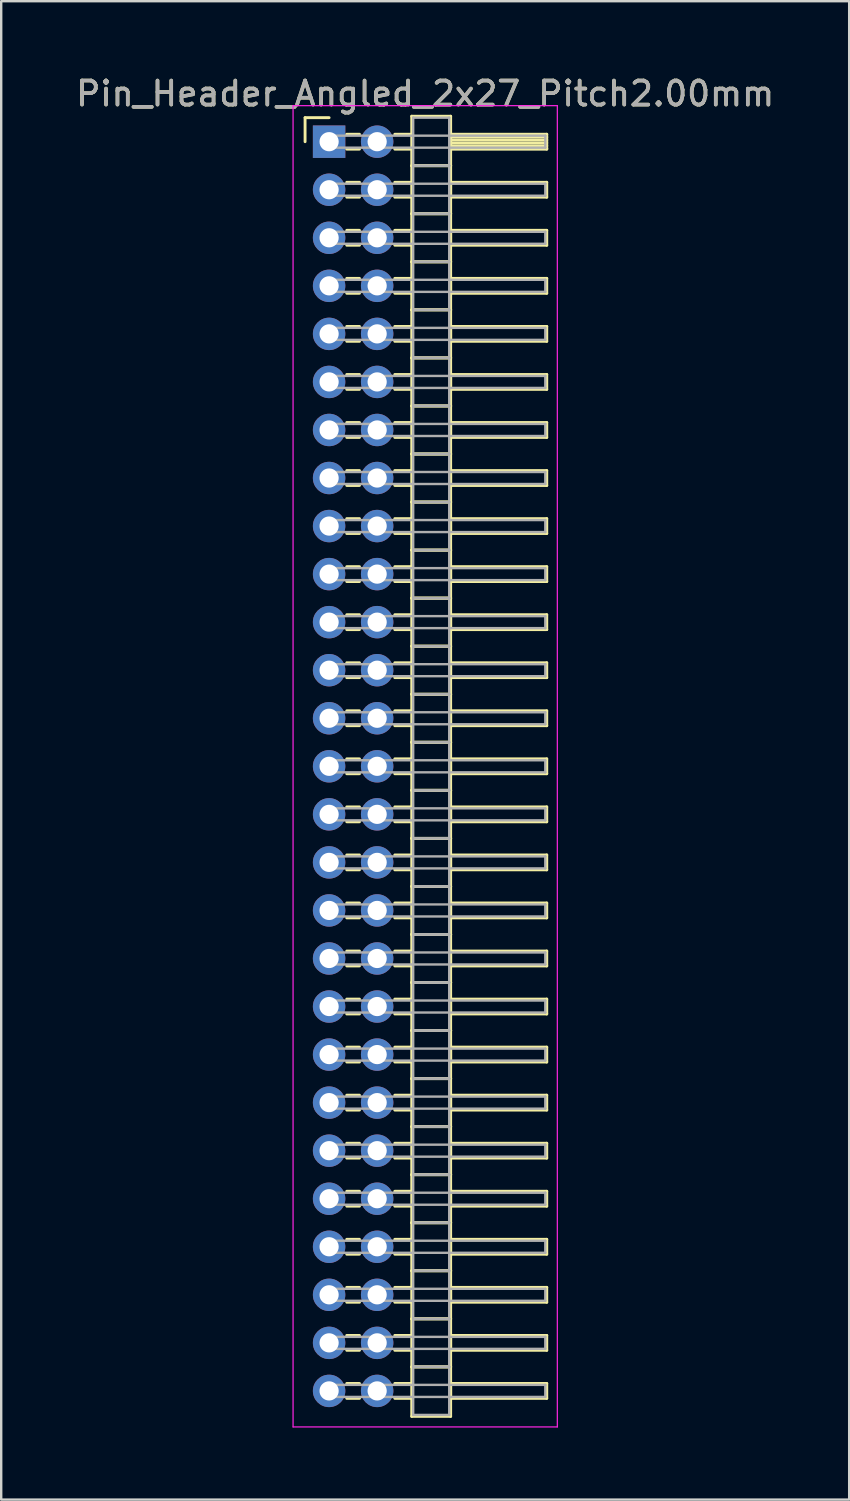
<source format=kicad_pcb>
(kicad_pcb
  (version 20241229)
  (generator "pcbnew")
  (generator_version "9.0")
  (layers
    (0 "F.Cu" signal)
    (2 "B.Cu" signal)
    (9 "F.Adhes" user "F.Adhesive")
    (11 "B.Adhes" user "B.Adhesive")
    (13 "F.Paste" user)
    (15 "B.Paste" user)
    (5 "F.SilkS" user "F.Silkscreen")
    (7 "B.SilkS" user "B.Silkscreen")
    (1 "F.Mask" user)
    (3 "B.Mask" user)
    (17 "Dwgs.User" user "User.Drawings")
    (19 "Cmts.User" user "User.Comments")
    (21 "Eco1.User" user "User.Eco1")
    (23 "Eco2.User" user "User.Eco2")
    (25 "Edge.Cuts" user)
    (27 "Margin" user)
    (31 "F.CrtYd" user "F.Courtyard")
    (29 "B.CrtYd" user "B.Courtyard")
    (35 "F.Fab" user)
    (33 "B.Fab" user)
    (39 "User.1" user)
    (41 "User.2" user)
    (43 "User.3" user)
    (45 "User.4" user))
  (footprint "Pin_Header_Angled_2x27_Pitch2.00mm"
    (layer "F.Cu")
    (at 10.649 2.848)
    (property "Reference" "Pin_Header_Angled_2x27_Pitch2.00mm" (at 4 -2 0) (layer "F.SilkS") (effects (font (size 1 1) (thickness 0.15))))
    (attr through_hole)
    (fp_line (start -1 -1) (end 0 -1) (stroke (width 0.12) (type solid)) (layer "F.SilkS"))
    (fp_line (start -1 0) (end -1 -1) (stroke (width 0.12) (type solid)) (layer "F.SilkS"))
    (fp_line (start 0.735 -0.31) (end 1.265 -0.31) (stroke (width 0.12) (type solid)) (layer "F.SilkS"))
    (fp_line (start 0.735 0.31) (end 1.265 0.31) (stroke (width 0.12) (type solid)) (layer "F.SilkS"))
    (fp_line (start 0.735 1.69) (end 1.265 1.69) (stroke (width 0.12) (type solid)) (layer "F.SilkS"))
    (fp_line (start 0.735 2.31) (end 1.265 2.31) (stroke (width 0.12) (type solid)) (layer "F.SilkS"))
    (fp_line (start 0.735 3.69) (end 1.265 3.69) (stroke (width 0.12) (type solid)) (layer "F.SilkS"))
    (fp_line (start 0.735 4.31) (end 1.265 4.31) (stroke (width 0.12) (type solid)) (layer "F.SilkS"))
    (fp_line (start 0.735 5.69) (end 1.265 5.69) (stroke (width 0.12) (type solid)) (layer "F.SilkS"))
    (fp_line (start 0.735 6.31) (end 1.265 6.31) (stroke (width 0.12) (type solid)) (layer "F.SilkS"))
    (fp_line (start 0.735 7.69) (end 1.265 7.69) (stroke (width 0.12) (type solid)) (layer "F.SilkS"))
    (fp_line (start 0.735 8.31) (end 1.265 8.31) (stroke (width 0.12) (type solid)) (layer "F.SilkS"))
    (fp_line (start 0.735 9.69) (end 1.265 9.69) (stroke (width 0.12) (type solid)) (layer "F.SilkS"))
    (fp_line (start 0.735 10.31) (end 1.265 10.31) (stroke (width 0.12) (type solid)) (layer "F.SilkS"))
    (fp_line (start 0.735 11.69) (end 1.265 11.69) (stroke (width 0.12) (type solid)) (layer "F.SilkS"))
    (fp_line (start 0.735 12.31) (end 1.265 12.31) (stroke (width 0.12) (type solid)) (layer "F.SilkS"))
    (fp_line (start 0.735 13.69) (end 1.265 13.69) (stroke (width 0.12) (type solid)) (layer "F.SilkS"))
    (fp_line (start 0.735 14.31) (end 1.265 14.31) (stroke (width 0.12) (type solid)) (layer "F.SilkS"))
    (fp_line (start 0.735 15.69) (end 1.265 15.69) (stroke (width 0.12) (type solid)) (layer "F.SilkS"))
    (fp_line (start 0.735 16.31) (end 1.265 16.31) (stroke (width 0.12) (type solid)) (layer "F.SilkS"))
    (fp_line (start 0.735 17.69) (end 1.265 17.69) (stroke (width 0.12) (type solid)) (layer "F.SilkS"))
    (fp_line (start 0.735 18.31) (end 1.265 18.31) (stroke (width 0.12) (type solid)) (layer "F.SilkS"))
    (fp_line (start 0.735 19.69) (end 1.265 19.69) (stroke (width 0.12) (type solid)) (layer "F.SilkS"))
    (fp_line (start 0.735 20.31) (end 1.265 20.31) (stroke (width 0.12) (type solid)) (layer "F.SilkS"))
    (fp_line (start 0.735 21.69) (end 1.265 21.69) (stroke (width 0.12) (type solid)) (layer "F.SilkS"))
    (fp_line (start 0.735 22.31) (end 1.265 22.31) (stroke (width 0.12) (type solid)) (layer "F.SilkS"))
    (fp_line (start 0.735 23.69) (end 1.265 23.69) (stroke (width 0.12) (type solid)) (layer "F.SilkS"))
    (fp_line (start 0.735 24.31) (end 1.265 24.31) (stroke (width 0.12) (type solid)) (layer "F.SilkS"))
    (fp_line (start 0.735 25.69) (end 1.265 25.69) (stroke (width 0.12) (type solid)) (layer "F.SilkS"))
    (fp_line (start 0.735 26.31) (end 1.265 26.31) (stroke (width 0.12) (type solid)) (layer "F.SilkS"))
    (fp_line (start 0.735 27.69) (end 1.265 27.69) (stroke (width 0.12) (type solid)) (layer "F.SilkS"))
    (fp_line (start 0.735 28.31) (end 1.265 28.31) (stroke (width 0.12) (type solid)) (layer "F.SilkS"))
    (fp_line (start 0.735 29.69) (end 1.265 29.69) (stroke (width 0.12) (type solid)) (layer "F.SilkS"))
    (fp_line (start 0.735 30.31) (end 1.265 30.31) (stroke (width 0.12) (type solid)) (layer "F.SilkS"))
    (fp_line (start 0.735 31.69) (end 1.265 31.69) (stroke (width 0.12) (type solid)) (layer "F.SilkS"))
    (fp_line (start 0.735 32.31) (end 1.265 32.31) (stroke (width 0.12) (type solid)) (layer "F.SilkS"))
    (fp_line (start 0.735 33.69) (end 1.265 33.69) (stroke (width 0.12) (type solid)) (layer "F.SilkS"))
    (fp_line (start 0.735 34.31) (end 1.265 34.31) (stroke (width 0.12) (type solid)) (layer "F.SilkS"))
    (fp_line (start 0.735 35.69) (end 1.265 35.69) (stroke (width 0.12) (type solid)) (layer "F.SilkS"))
    (fp_line (start 0.735 36.31) (end 1.265 36.31) (stroke (width 0.12) (type solid)) (layer "F.SilkS"))
    (fp_line (start 0.735 37.69) (end 1.265 37.69) (stroke (width 0.12) (type solid)) (layer "F.SilkS"))
    (fp_line (start 0.735 38.31) (end 1.265 38.31) (stroke (width 0.12) (type solid)) (layer "F.SilkS"))
    (fp_line (start 0.735 39.69) (end 1.265 39.69) (stroke (width 0.12) (type solid)) (layer "F.SilkS"))
    (fp_line (start 0.735 40.31) (end 1.265 40.31) (stroke (width 0.12) (type solid)) (layer "F.SilkS"))
    (fp_line (start 0.735 41.69) (end 1.265 41.69) (stroke (width 0.12) (type solid)) (layer "F.SilkS"))
    (fp_line (start 0.735 42.31) (end 1.265 42.31) (stroke (width 0.12) (type solid)) (layer "F.SilkS"))
    (fp_line (start 0.735 43.69) (end 1.265 43.69) (stroke (width 0.12) (type solid)) (layer "F.SilkS"))
    (fp_line (start 0.735 44.31) (end 1.265 44.31) (stroke (width 0.12) (type solid)) (layer "F.SilkS"))
    (fp_line (start 0.735 45.69) (end 1.265 45.69) (stroke (width 0.12) (type solid)) (layer "F.SilkS"))
    (fp_line (start 0.735 46.31) (end 1.265 46.31) (stroke (width 0.12) (type solid)) (layer "F.SilkS"))
    (fp_line (start 0.735 47.69) (end 1.265 47.69) (stroke (width 0.12) (type solid)) (layer "F.SilkS"))
    (fp_line (start 0.735 48.31) (end 1.265 48.31) (stroke (width 0.12) (type solid)) (layer "F.SilkS"))
    (fp_line (start 0.735 49.69) (end 1.265 49.69) (stroke (width 0.12) (type solid)) (layer "F.SilkS"))
    (fp_line (start 0.735 50.31) (end 1.265 50.31) (stroke (width 0.12) (type solid)) (layer "F.SilkS"))
    (fp_line (start 0.735 51.69) (end 1.265 51.69) (stroke (width 0.12) (type solid)) (layer "F.SilkS"))
    (fp_line (start 0.735 52.31) (end 1.265 52.31) (stroke (width 0.12) (type solid)) (layer "F.SilkS"))
    (fp_line (start 2.735 -0.31) (end 3.44 -0.31) (stroke (width 0.12) (type solid)) (layer "F.SilkS"))
    (fp_line (start 2.735 0.31) (end 3.44 0.31) (stroke (width 0.12) (type solid)) (layer "F.SilkS"))
    (fp_line (start 2.735 1.69) (end 3.44 1.69) (stroke (width 0.12) (type solid)) (layer "F.SilkS"))
    (fp_line (start 2.735 2.31) (end 3.44 2.31) (stroke (width 0.12) (type solid)) (layer "F.SilkS"))
    (fp_line (start 2.735 3.69) (end 3.44 3.69) (stroke (width 0.12) (type solid)) (layer "F.SilkS"))
    (fp_line (start 2.735 4.31) (end 3.44 4.31) (stroke (width 0.12) (type solid)) (layer "F.SilkS"))
    (fp_line (start 2.735 5.69) (end 3.44 5.69) (stroke (width 0.12) (type solid)) (layer "F.SilkS"))
    (fp_line (start 2.735 6.31) (end 3.44 6.31) (stroke (width 0.12) (type solid)) (layer "F.SilkS"))
    (fp_line (start 2.735 7.69) (end 3.44 7.69) (stroke (width 0.12) (type solid)) (layer "F.SilkS"))
    (fp_line (start 2.735 8.31) (end 3.44 8.31) (stroke (width 0.12) (type solid)) (layer "F.SilkS"))
    (fp_line (start 2.735 9.69) (end 3.44 9.69) (stroke (width 0.12) (type solid)) (layer "F.SilkS"))
    (fp_line (start 2.735 10.31) (end 3.44 10.31) (stroke (width 0.12) (type solid)) (layer "F.SilkS"))
    (fp_line (start 2.735 11.69) (end 3.44 11.69) (stroke (width 0.12) (type solid)) (layer "F.SilkS"))
    (fp_line (start 2.735 12.31) (end 3.44 12.31) (stroke (width 0.12) (type solid)) (layer "F.SilkS"))
    (fp_line (start 2.735 13.69) (end 3.44 13.69) (stroke (width 0.12) (type solid)) (layer "F.SilkS"))
    (fp_line (start 2.735 14.31) (end 3.44 14.31) (stroke (width 0.12) (type solid)) (layer "F.SilkS"))
    (fp_line (start 2.735 15.69) (end 3.44 15.69) (stroke (width 0.12) (type solid)) (layer "F.SilkS"))
    (fp_line (start 2.735 16.31) (end 3.44 16.31) (stroke (width 0.12) (type solid)) (layer "F.SilkS"))
    (fp_line (start 2.735 17.69) (end 3.44 17.69) (stroke (width 0.12) (type solid)) (layer "F.SilkS"))
    (fp_line (start 2.735 18.31) (end 3.44 18.31) (stroke (width 0.12) (type solid)) (layer "F.SilkS"))
    (fp_line (start 2.735 19.69) (end 3.44 19.69) (stroke (width 0.12) (type solid)) (layer "F.SilkS"))
    (fp_line (start 2.735 20.31) (end 3.44 20.31) (stroke (width 0.12) (type solid)) (layer "F.SilkS"))
    (fp_line (start 2.735 21.69) (end 3.44 21.69) (stroke (width 0.12) (type solid)) (layer "F.SilkS"))
    (fp_line (start 2.735 22.31) (end 3.44 22.31) (stroke (width 0.12) (type solid)) (layer "F.SilkS"))
    (fp_line (start 2.735 23.69) (end 3.44 23.69) (stroke (width 0.12) (type solid)) (layer "F.SilkS"))
    (fp_line (start 2.735 24.31) (end 3.44 24.31) (stroke (width 0.12) (type solid)) (layer "F.SilkS"))
    (fp_line (start 2.735 25.69) (end 3.44 25.69) (stroke (width 0.12) (type solid)) (layer "F.SilkS"))
    (fp_line (start 2.735 26.31) (end 3.44 26.31) (stroke (width 0.12) (type solid)) (layer "F.SilkS"))
    (fp_line (start 2.735 27.69) (end 3.44 27.69) (stroke (width 0.12) (type solid)) (layer "F.SilkS"))
    (fp_line (start 2.735 28.31) (end 3.44 28.31) (stroke (width 0.12) (type solid)) (layer "F.SilkS"))
    (fp_line (start 2.735 29.69) (end 3.44 29.69) (stroke (width 0.12) (type solid)) (layer "F.SilkS"))
    (fp_line (start 2.735 30.31) (end 3.44 30.31) (stroke (width 0.12) (type solid)) (layer "F.SilkS"))
    (fp_line (start 2.735 31.69) (end 3.44 31.69) (stroke (width 0.12) (type solid)) (layer "F.SilkS"))
    (fp_line (start 2.735 32.31) (end 3.44 32.31) (stroke (width 0.12) (type solid)) (layer "F.SilkS"))
    (fp_line (start 2.735 33.69) (end 3.44 33.69) (stroke (width 0.12) (type solid)) (layer "F.SilkS"))
    (fp_line (start 2.735 34.31) (end 3.44 34.31) (stroke (width 0.12) (type solid)) (layer "F.SilkS"))
    (fp_line (start 2.735 35.69) (end 3.44 35.69) (stroke (width 0.12) (type solid)) (layer "F.SilkS"))
    (fp_line (start 2.735 36.31) (end 3.44 36.31) (stroke (width 0.12) (type solid)) (layer "F.SilkS"))
    (fp_line (start 2.735 37.69) (end 3.44 37.69) (stroke (width 0.12) (type solid)) (layer "F.SilkS"))
    (fp_line (start 2.735 38.31) (end 3.44 38.31) (stroke (width 0.12) (type solid)) (layer "F.SilkS"))
    (fp_line (start 2.735 39.69) (end 3.44 39.69) (stroke (width 0.12) (type solid)) (layer "F.SilkS"))
    (fp_line (start 2.735 40.31) (end 3.44 40.31) (stroke (width 0.12) (type solid)) (layer "F.SilkS"))
    (fp_line (start 2.735 41.69) (end 3.44 41.69) (stroke (width 0.12) (type solid)) (layer "F.SilkS"))
    (fp_line (start 2.735 42.31) (end 3.44 42.31) (stroke (width 0.12) (type solid)) (layer "F.SilkS"))
    (fp_line (start 2.735 43.69) (end 3.44 43.69) (stroke (width 0.12) (type solid)) (layer "F.SilkS"))
    (fp_line (start 2.735 44.31) (end 3.44 44.31) (stroke (width 0.12) (type solid)) (layer "F.SilkS"))
    (fp_line (start 2.735 45.69) (end 3.44 45.69) (stroke (width 0.12) (type solid)) (layer "F.SilkS"))
    (fp_line (start 2.735 46.31) (end 3.44 46.31) (stroke (width 0.12) (type solid)) (layer "F.SilkS"))
    (fp_line (start 2.735 47.69) (end 3.44 47.69) (stroke (width 0.12) (type solid)) (layer "F.SilkS"))
    (fp_line (start 2.735 48.31) (end 3.44 48.31) (stroke (width 0.12) (type solid)) (layer "F.SilkS"))
    (fp_line (start 2.735 49.69) (end 3.44 49.69) (stroke (width 0.12) (type solid)) (layer "F.SilkS"))
    (fp_line (start 2.735 50.31) (end 3.44 50.31) (stroke (width 0.12) (type solid)) (layer "F.SilkS"))
    (fp_line (start 2.735 51.69) (end 3.44 51.69) (stroke (width 0.12) (type solid)) (layer "F.SilkS"))
    (fp_line (start 2.735 52.31) (end 3.44 52.31) (stroke (width 0.12) (type solid)) (layer "F.SilkS"))
    (fp_line (start 3.44 -1.06) (end 3.44 1) (stroke (width 0.12) (type solid)) (layer "F.SilkS"))
    (fp_line (start 3.44 1) (end 3.44 3) (stroke (width 0.12) (type solid)) (layer "F.SilkS"))
    (fp_line (start 3.44 1) (end 5.06 1) (stroke (width 0.12) (type solid)) (layer "F.SilkS"))
    (fp_line (start 3.44 3) (end 3.44 5) (stroke (width 0.12) (type solid)) (layer "F.SilkS"))
    (fp_line (start 3.44 3) (end 5.06 3) (stroke (width 0.12) (type solid)) (layer "F.SilkS"))
    (fp_line (start 3.44 5) (end 3.44 7) (stroke (width 0.12) (type solid)) (layer "F.SilkS"))
    (fp_line (start 3.44 5) (end 5.06 5) (stroke (width 0.12) (type solid)) (layer "F.SilkS"))
    (fp_line (start 3.44 7) (end 3.44 9) (stroke (width 0.12) (type solid)) (layer "F.SilkS"))
    (fp_line (start 3.44 7) (end 5.06 7) (stroke (width 0.12) (type solid)) (layer "F.SilkS"))
    (fp_line (start 3.44 9) (end 3.44 11) (stroke (width 0.12) (type solid)) (layer "F.SilkS"))
    (fp_line (start 3.44 9) (end 5.06 9) (stroke (width 0.12) (type solid)) (layer "F.SilkS"))
    (fp_line (start 3.44 11) (end 3.44 13) (stroke (width 0.12) (type solid)) (layer "F.SilkS"))
    (fp_line (start 3.44 11) (end 5.06 11) (stroke (width 0.12) (type solid)) (layer "F.SilkS"))
    (fp_line (start 3.44 13) (end 3.44 15) (stroke (width 0.12) (type solid)) (layer "F.SilkS"))
    (fp_line (start 3.44 13) (end 5.06 13) (stroke (width 0.12) (type solid)) (layer "F.SilkS"))
    (fp_line (start 3.44 15) (end 3.44 17) (stroke (width 0.12) (type solid)) (layer "F.SilkS"))
    (fp_line (start 3.44 15) (end 5.06 15) (stroke (width 0.12) (type solid)) (layer "F.SilkS"))
    (fp_line (start 3.44 17) (end 3.44 19) (stroke (width 0.12) (type solid)) (layer "F.SilkS"))
    (fp_line (start 3.44 17) (end 5.06 17) (stroke (width 0.12) (type solid)) (layer "F.SilkS"))
    (fp_line (start 3.44 19) (end 3.44 21) (stroke (width 0.12) (type solid)) (layer "F.SilkS"))
    (fp_line (start 3.44 19) (end 5.06 19) (stroke (width 0.12) (type solid)) (layer "F.SilkS"))
    (fp_line (start 3.44 21) (end 3.44 23) (stroke (width 0.12) (type solid)) (layer "F.SilkS"))
    (fp_line (start 3.44 21) (end 5.06 21) (stroke (width 0.12) (type solid)) (layer "F.SilkS"))
    (fp_line (start 3.44 23) (end 3.44 25) (stroke (width 0.12) (type solid)) (layer "F.SilkS"))
    (fp_line (start 3.44 23) (end 5.06 23) (stroke (width 0.12) (type solid)) (layer "F.SilkS"))
    (fp_line (start 3.44 25) (end 3.44 27) (stroke (width 0.12) (type solid)) (layer "F.SilkS"))
    (fp_line (start 3.44 25) (end 5.06 25) (stroke (width 0.12) (type solid)) (layer "F.SilkS"))
    (fp_line (start 3.44 27) (end 3.44 29) (stroke (width 0.12) (type solid)) (layer "F.SilkS"))
    (fp_line (start 3.44 27) (end 5.06 27) (stroke (width 0.12) (type solid)) (layer "F.SilkS"))
    (fp_line (start 3.44 29) (end 3.44 31) (stroke (width 0.12) (type solid)) (layer "F.SilkS"))
    (fp_line (start 3.44 29) (end 5.06 29) (stroke (width 0.12) (type solid)) (layer "F.SilkS"))
    (fp_line (start 3.44 31) (end 3.44 33) (stroke (width 0.12) (type solid)) (layer "F.SilkS"))
    (fp_line (start 3.44 31) (end 5.06 31) (stroke (width 0.12) (type solid)) (layer "F.SilkS"))
    (fp_line (start 3.44 33) (end 3.44 35) (stroke (width 0.12) (type solid)) (layer "F.SilkS"))
    (fp_line (start 3.44 33) (end 5.06 33) (stroke (width 0.12) (type solid)) (layer "F.SilkS"))
    (fp_line (start 3.44 35) (end 3.44 37) (stroke (width 0.12) (type solid)) (layer "F.SilkS"))
    (fp_line (start 3.44 35) (end 5.06 35) (stroke (width 0.12) (type solid)) (layer "F.SilkS"))
    (fp_line (start 3.44 37) (end 3.44 39) (stroke (width 0.12) (type solid)) (layer "F.SilkS"))
    (fp_line (start 3.44 37) (end 5.06 37) (stroke (width 0.12) (type solid)) (layer "F.SilkS"))
    (fp_line (start 3.44 39) (end 3.44 41) (stroke (width 0.12) (type solid)) (layer "F.SilkS"))
    (fp_line (start 3.44 39) (end 5.06 39) (stroke (width 0.12) (type solid)) (layer "F.SilkS"))
    (fp_line (start 3.44 41) (end 3.44 43) (stroke (width 0.12) (type solid)) (layer "F.SilkS"))
    (fp_line (start 3.44 41) (end 5.06 41) (stroke (width 0.12) (type solid)) (layer "F.SilkS"))
    (fp_line (start 3.44 43) (end 3.44 45) (stroke (width 0.12) (type solid)) (layer "F.SilkS"))
    (fp_line (start 3.44 43) (end 5.06 43) (stroke (width 0.12) (type solid)) (layer "F.SilkS"))
    (fp_line (start 3.44 45) (end 3.44 47) (stroke (width 0.12) (type solid)) (layer "F.SilkS"))
    (fp_line (start 3.44 45) (end 5.06 45) (stroke (width 0.12) (type solid)) (layer "F.SilkS"))
    (fp_line (start 3.44 47) (end 3.44 49) (stroke (width 0.12) (type solid)) (layer "F.SilkS"))
    (fp_line (start 3.44 47) (end 5.06 47) (stroke (width 0.12) (type solid)) (layer "F.SilkS"))
    (fp_line (start 3.44 49) (end 3.44 51) (stroke (width 0.12) (type solid)) (layer "F.SilkS"))
    (fp_line (start 3.44 49) (end 5.06 49) (stroke (width 0.12) (type solid)) (layer "F.SilkS"))
    (fp_line (start 3.44 51) (end 3.44 53.06) (stroke (width 0.12) (type solid)) (layer "F.SilkS"))
    (fp_line (start 3.44 51) (end 5.06 51) (stroke (width 0.12) (type solid)) (layer "F.SilkS"))
    (fp_line (start 3.44 53.06) (end 5.06 53.06) (stroke (width 0.12) (type solid)) (layer "F.SilkS"))
    (fp_line (start 5.06 -1.06) (end 3.44 -1.06) (stroke (width 0.12) (type solid)) (layer "F.SilkS"))
    (fp_line (start 5.06 -0.31) (end 5.06 0.31) (stroke (width 0.12) (type solid)) (layer "F.SilkS"))
    (fp_line (start 5.06 -0.19) (end 9.06 -0.19) (stroke (width 0.12) (type solid)) (layer "F.SilkS"))
    (fp_line (start 5.06 -0.07) (end 9.06 -0.07) (stroke (width 0.12) (type solid)) (layer "F.SilkS"))
    (fp_line (start 5.06 0.05) (end 9.06 0.05) (stroke (width 0.12) (type solid)) (layer "F.SilkS"))
    (fp_line (start 5.06 0.17) (end 9.06 0.17) (stroke (width 0.12) (type solid)) (layer "F.SilkS"))
    (fp_line (start 5.06 0.29) (end 9.06 0.29) (stroke (width 0.12) (type solid)) (layer "F.SilkS"))
    (fp_line (start 5.06 0.31) (end 9.06 0.31) (stroke (width 0.12) (type solid)) (layer "F.SilkS"))
    (fp_line (start 5.06 1) (end 3.44 1) (stroke (width 0.12) (type solid)) (layer "F.SilkS"))
    (fp_line (start 5.06 1) (end 5.06 -1.06) (stroke (width 0.12) (type solid)) (layer "F.SilkS"))
    (fp_line (start 5.06 1.69) (end 5.06 2.31) (stroke (width 0.12) (type solid)) (layer "F.SilkS"))
    (fp_line (start 5.06 2.31) (end 9.06 2.31) (stroke (width 0.12) (type solid)) (layer "F.SilkS"))
    (fp_line (start 5.06 3) (end 3.44 3) (stroke (width 0.12) (type solid)) (layer "F.SilkS"))
    (fp_line (start 5.06 3) (end 5.06 1) (stroke (width 0.12) (type solid)) (layer "F.SilkS"))
    (fp_line (start 5.06 3.69) (end 5.06 4.31) (stroke (width 0.12) (type solid)) (layer "F.SilkS"))
    (fp_line (start 5.06 4.31) (end 9.06 4.31) (stroke (width 0.12) (type solid)) (layer "F.SilkS"))
    (fp_line (start 5.06 5) (end 3.44 5) (stroke (width 0.12) (type solid)) (layer "F.SilkS"))
    (fp_line (start 5.06 5) (end 5.06 3) (stroke (width 0.12) (type solid)) (layer "F.SilkS"))
    (fp_line (start 5.06 5.69) (end 5.06 6.31) (stroke (width 0.12) (type solid)) (layer "F.SilkS"))
    (fp_line (start 5.06 6.31) (end 9.06 6.31) (stroke (width 0.12) (type solid)) (layer "F.SilkS"))
    (fp_line (start 5.06 7) (end 3.44 7) (stroke (width 0.12) (type solid)) (layer "F.SilkS"))
    (fp_line (start 5.06 7) (end 5.06 5) (stroke (width 0.12) (type solid)) (layer "F.SilkS"))
    (fp_line (start 5.06 7.69) (end 5.06 8.31) (stroke (width 0.12) (type solid)) (layer "F.SilkS"))
    (fp_line (start 5.06 8.31) (end 9.06 8.31) (stroke (width 0.12) (type solid)) (layer "F.SilkS"))
    (fp_line (start 5.06 9) (end 3.44 9) (stroke (width 0.12) (type solid)) (layer "F.SilkS"))
    (fp_line (start 5.06 9) (end 5.06 7) (stroke (width 0.12) (type solid)) (layer "F.SilkS"))
    (fp_line (start 5.06 9.69) (end 5.06 10.31) (stroke (width 0.12) (type solid)) (layer "F.SilkS"))
    (fp_line (start 5.06 10.31) (end 9.06 10.31) (stroke (width 0.12) (type solid)) (layer "F.SilkS"))
    (fp_line (start 5.06 11) (end 3.44 11) (stroke (width 0.12) (type solid)) (layer "F.SilkS"))
    (fp_line (start 5.06 11) (end 5.06 9) (stroke (width 0.12) (type solid)) (layer "F.SilkS"))
    (fp_line (start 5.06 11.69) (end 5.06 12.31) (stroke (width 0.12) (type solid)) (layer "F.SilkS"))
    (fp_line (start 5.06 12.31) (end 9.06 12.31) (stroke (width 0.12) (type solid)) (layer "F.SilkS"))
    (fp_line (start 5.06 13) (end 3.44 13) (stroke (width 0.12) (type solid)) (layer "F.SilkS"))
    (fp_line (start 5.06 13) (end 5.06 11) (stroke (width 0.12) (type solid)) (layer "F.SilkS"))
    (fp_line (start 5.06 13.69) (end 5.06 14.31) (stroke (width 0.12) (type solid)) (layer "F.SilkS"))
    (fp_line (start 5.06 14.31) (end 9.06 14.31) (stroke (width 0.12) (type solid)) (layer "F.SilkS"))
    (fp_line (start 5.06 15) (end 3.44 15) (stroke (width 0.12) (type solid)) (layer "F.SilkS"))
    (fp_line (start 5.06 15) (end 5.06 13) (stroke (width 0.12) (type solid)) (layer "F.SilkS"))
    (fp_line (start 5.06 15.69) (end 5.06 16.31) (stroke (width 0.12) (type solid)) (layer "F.SilkS"))
    (fp_line (start 5.06 16.31) (end 9.06 16.31) (stroke (width 0.12) (type solid)) (layer "F.SilkS"))
    (fp_line (start 5.06 17) (end 3.44 17) (stroke (width 0.12) (type solid)) (layer "F.SilkS"))
    (fp_line (start 5.06 17) (end 5.06 15) (stroke (width 0.12) (type solid)) (layer "F.SilkS"))
    (fp_line (start 5.06 17.69) (end 5.06 18.31) (stroke (width 0.12) (type solid)) (layer "F.SilkS"))
    (fp_line (start 5.06 18.31) (end 9.06 18.31) (stroke (width 0.12) (type solid)) (layer "F.SilkS"))
    (fp_line (start 5.06 19) (end 3.44 19) (stroke (width 0.12) (type solid)) (layer "F.SilkS"))
    (fp_line (start 5.06 19) (end 5.06 17) (stroke (width 0.12) (type solid)) (layer "F.SilkS"))
    (fp_line (start 5.06 19.69) (end 5.06 20.31) (stroke (width 0.12) (type solid)) (layer "F.SilkS"))
    (fp_line (start 5.06 20.31) (end 9.06 20.31) (stroke (width 0.12) (type solid)) (layer "F.SilkS"))
    (fp_line (start 5.06 21) (end 3.44 21) (stroke (width 0.12) (type solid)) (layer "F.SilkS"))
    (fp_line (start 5.06 21) (end 5.06 19) (stroke (width 0.12) (type solid)) (layer "F.SilkS"))
    (fp_line (start 5.06 21.69) (end 5.06 22.31) (stroke (width 0.12) (type solid)) (layer "F.SilkS"))
    (fp_line (start 5.06 22.31) (end 9.06 22.31) (stroke (width 0.12) (type solid)) (layer "F.SilkS"))
    (fp_line (start 5.06 23) (end 3.44 23) (stroke (width 0.12) (type solid)) (layer "F.SilkS"))
    (fp_line (start 5.06 23) (end 5.06 21) (stroke (width 0.12) (type solid)) (layer "F.SilkS"))
    (fp_line (start 5.06 23.69) (end 5.06 24.31) (stroke (width 0.12) (type solid)) (layer "F.SilkS"))
    (fp_line (start 5.06 24.31) (end 9.06 24.31) (stroke (width 0.12) (type solid)) (layer "F.SilkS"))
    (fp_line (start 5.06 25) (end 3.44 25) (stroke (width 0.12) (type solid)) (layer "F.SilkS"))
    (fp_line (start 5.06 25) (end 5.06 23) (stroke (width 0.12) (type solid)) (layer "F.SilkS"))
    (fp_line (start 5.06 25.69) (end 5.06 26.31) (stroke (width 0.12) (type solid)) (layer "F.SilkS"))
    (fp_line (start 5.06 26.31) (end 9.06 26.31) (stroke (width 0.12) (type solid)) (layer "F.SilkS"))
    (fp_line (start 5.06 27) (end 3.44 27) (stroke (width 0.12) (type solid)) (layer "F.SilkS"))
    (fp_line (start 5.06 27) (end 5.06 25) (stroke (width 0.12) (type solid)) (layer "F.SilkS"))
    (fp_line (start 5.06 27.69) (end 5.06 28.31) (stroke (width 0.12) (type solid)) (layer "F.SilkS"))
    (fp_line (start 5.06 28.31) (end 9.06 28.31) (stroke (width 0.12) (type solid)) (layer "F.SilkS"))
    (fp_line (start 5.06 29) (end 3.44 29) (stroke (width 0.12) (type solid)) (layer "F.SilkS"))
    (fp_line (start 5.06 29) (end 5.06 27) (stroke (width 0.12) (type solid)) (layer "F.SilkS"))
    (fp_line (start 5.06 29.69) (end 5.06 30.31) (stroke (width 0.12) (type solid)) (layer "F.SilkS"))
    (fp_line (start 5.06 30.31) (end 9.06 30.31) (stroke (width 0.12) (type solid)) (layer "F.SilkS"))
    (fp_line (start 5.06 31) (end 3.44 31) (stroke (width 0.12) (type solid)) (layer "F.SilkS"))
    (fp_line (start 5.06 31) (end 5.06 29) (stroke (width 0.12) (type solid)) (layer "F.SilkS"))
    (fp_line (start 5.06 31.69) (end 5.06 32.31) (stroke (width 0.12) (type solid)) (layer "F.SilkS"))
    (fp_line (start 5.06 32.31) (end 9.06 32.31) (stroke (width 0.12) (type solid)) (layer "F.SilkS"))
    (fp_line (start 5.06 33) (end 3.44 33) (stroke (width 0.12) (type solid)) (layer "F.SilkS"))
    (fp_line (start 5.06 33) (end 5.06 31) (stroke (width 0.12) (type solid)) (layer "F.SilkS"))
    (fp_line (start 5.06 33.69) (end 5.06 34.31) (stroke (width 0.12) (type solid)) (layer "F.SilkS"))
    (fp_line (start 5.06 34.31) (end 9.06 34.31) (stroke (width 0.12) (type solid)) (layer "F.SilkS"))
    (fp_line (start 5.06 35) (end 3.44 35) (stroke (width 0.12) (type solid)) (layer "F.SilkS"))
    (fp_line (start 5.06 35) (end 5.06 33) (stroke (width 0.12) (type solid)) (layer "F.SilkS"))
    (fp_line (start 5.06 35.69) (end 5.06 36.31) (stroke (width 0.12) (type solid)) (layer "F.SilkS"))
    (fp_line (start 5.06 36.31) (end 9.06 36.31) (stroke (width 0.12) (type solid)) (layer "F.SilkS"))
    (fp_line (start 5.06 37) (end 3.44 37) (stroke (width 0.12) (type solid)) (layer "F.SilkS"))
    (fp_line (start 5.06 37) (end 5.06 35) (stroke (width 0.12) (type solid)) (layer "F.SilkS"))
    (fp_line (start 5.06 37.69) (end 5.06 38.31) (stroke (width 0.12) (type solid)) (layer "F.SilkS"))
    (fp_line (start 5.06 38.31) (end 9.06 38.31) (stroke (width 0.12) (type solid)) (layer "F.SilkS"))
    (fp_line (start 5.06 39) (end 3.44 39) (stroke (width 0.12) (type solid)) (layer "F.SilkS"))
    (fp_line (start 5.06 39) (end 5.06 37) (stroke (width 0.12) (type solid)) (layer "F.SilkS"))
    (fp_line (start 5.06 39.69) (end 5.06 40.31) (stroke (width 0.12) (type solid)) (layer "F.SilkS"))
    (fp_line (start 5.06 40.31) (end 9.06 40.31) (stroke (width 0.12) (type solid)) (layer "F.SilkS"))
    (fp_line (start 5.06 41) (end 3.44 41) (stroke (width 0.12) (type solid)) (layer "F.SilkS"))
    (fp_line (start 5.06 41) (end 5.06 39) (stroke (width 0.12) (type solid)) (layer "F.SilkS"))
    (fp_line (start 5.06 41.69) (end 5.06 42.31) (stroke (width 0.12) (type solid)) (layer "F.SilkS"))
    (fp_line (start 5.06 42.31) (end 9.06 42.31) (stroke (width 0.12) (type solid)) (layer "F.SilkS"))
    (fp_line (start 5.06 43) (end 3.44 43) (stroke (width 0.12) (type solid)) (layer "F.SilkS"))
    (fp_line (start 5.06 43) (end 5.06 41) (stroke (width 0.12) (type solid)) (layer "F.SilkS"))
    (fp_line (start 5.06 43.69) (end 5.06 44.31) (stroke (width 0.12) (type solid)) (layer "F.SilkS"))
    (fp_line (start 5.06 44.31) (end 9.06 44.31) (stroke (width 0.12) (type solid)) (layer "F.SilkS"))
    (fp_line (start 5.06 45) (end 3.44 45) (stroke (width 0.12) (type solid)) (layer "F.SilkS"))
    (fp_line (start 5.06 45) (end 5.06 43) (stroke (width 0.12) (type solid)) (layer "F.SilkS"))
    (fp_line (start 5.06 45.69) (end 5.06 46.31) (stroke (width 0.12) (type solid)) (layer "F.SilkS"))
    (fp_line (start 5.06 46.31) (end 9.06 46.31) (stroke (width 0.12) (type solid)) (layer "F.SilkS"))
    (fp_line (start 5.06 47) (end 3.44 47) (stroke (width 0.12) (type solid)) (layer "F.SilkS"))
    (fp_line (start 5.06 47) (end 5.06 45) (stroke (width 0.12) (type solid)) (layer "F.SilkS"))
    (fp_line (start 5.06 47.69) (end 5.06 48.31) (stroke (width 0.12) (type solid)) (layer "F.SilkS"))
    (fp_line (start 5.06 48.31) (end 9.06 48.31) (stroke (width 0.12) (type solid)) (layer "F.SilkS"))
    (fp_line (start 5.06 49) (end 3.44 49) (stroke (width 0.12) (type solid)) (layer "F.SilkS"))
    (fp_line (start 5.06 49) (end 5.06 47) (stroke (width 0.12) (type solid)) (layer "F.SilkS"))
    (fp_line (start 5.06 49.69) (end 5.06 50.31) (stroke (width 0.12) (type solid)) (layer "F.SilkS"))
    (fp_line (start 5.06 50.31) (end 9.06 50.31) (stroke (width 0.12) (type solid)) (layer "F.SilkS"))
    (fp_line (start 5.06 51) (end 3.44 51) (stroke (width 0.12) (type solid)) (layer "F.SilkS"))
    (fp_line (start 5.06 51) (end 5.06 49) (stroke (width 0.12) (type solid)) (layer "F.SilkS"))
    (fp_line (start 5.06 51.69) (end 5.06 52.31) (stroke (width 0.12) (type solid)) (layer "F.SilkS"))
    (fp_line (start 5.06 52.31) (end 9.06 52.31) (stroke (width 0.12) (type solid)) (layer "F.SilkS"))
    (fp_line (start 5.06 53.06) (end 5.06 51) (stroke (width 0.12) (type solid)) (layer "F.SilkS"))
    (fp_line (start 9.06 -0.31) (end 5.06 -0.31) (stroke (width 0.12) (type solid)) (layer "F.SilkS"))
    (fp_line (start 9.06 0.31) (end 9.06 -0.31) (stroke (width 0.12) (type solid)) (layer "F.SilkS"))
    (fp_line (start 9.06 1.69) (end 5.06 1.69) (stroke (width 0.12) (type solid)) (layer "F.SilkS"))
    (fp_line (start 9.06 2.31) (end 9.06 1.69) (stroke (width 0.12) (type solid)) (layer "F.SilkS"))
    (fp_line (start 9.06 3.69) (end 5.06 3.69) (stroke (width 0.12) (type solid)) (layer "F.SilkS"))
    (fp_line (start 9.06 4.31) (end 9.06 3.69) (stroke (width 0.12) (type solid)) (layer "F.SilkS"))
    (fp_line (start 9.06 5.69) (end 5.06 5.69) (stroke (width 0.12) (type solid)) (layer "F.SilkS"))
    (fp_line (start 9.06 6.31) (end 9.06 5.69) (stroke (width 0.12) (type solid)) (layer "F.SilkS"))
    (fp_line (start 9.06 7.69) (end 5.06 7.69) (stroke (width 0.12) (type solid)) (layer "F.SilkS"))
    (fp_line (start 9.06 8.31) (end 9.06 7.69) (stroke (width 0.12) (type solid)) (layer "F.SilkS"))
    (fp_line (start 9.06 9.69) (end 5.06 9.69) (stroke (width 0.12) (type solid)) (layer "F.SilkS"))
    (fp_line (start 9.06 10.31) (end 9.06 9.69) (stroke (width 0.12) (type solid)) (layer "F.SilkS"))
    (fp_line (start 9.06 11.69) (end 5.06 11.69) (stroke (width 0.12) (type solid)) (layer "F.SilkS"))
    (fp_line (start 9.06 12.31) (end 9.06 11.69) (stroke (width 0.12) (type solid)) (layer "F.SilkS"))
    (fp_line (start 9.06 13.69) (end 5.06 13.69) (stroke (width 0.12) (type solid)) (layer "F.SilkS"))
    (fp_line (start 9.06 14.31) (end 9.06 13.69) (stroke (width 0.12) (type solid)) (layer "F.SilkS"))
    (fp_line (start 9.06 15.69) (end 5.06 15.69) (stroke (width 0.12) (type solid)) (layer "F.SilkS"))
    (fp_line (start 9.06 16.31) (end 9.06 15.69) (stroke (width 0.12) (type solid)) (layer "F.SilkS"))
    (fp_line (start 9.06 17.69) (end 5.06 17.69) (stroke (width 0.12) (type solid)) (layer "F.SilkS"))
    (fp_line (start 9.06 18.31) (end 9.06 17.69) (stroke (width 0.12) (type solid)) (layer "F.SilkS"))
    (fp_line (start 9.06 19.69) (end 5.06 19.69) (stroke (width 0.12) (type solid)) (layer "F.SilkS"))
    (fp_line (start 9.06 20.31) (end 9.06 19.69) (stroke (width 0.12) (type solid)) (layer "F.SilkS"))
    (fp_line (start 9.06 21.69) (end 5.06 21.69) (stroke (width 0.12) (type solid)) (layer "F.SilkS"))
    (fp_line (start 9.06 22.31) (end 9.06 21.69) (stroke (width 0.12) (type solid)) (layer "F.SilkS"))
    (fp_line (start 9.06 23.69) (end 5.06 23.69) (stroke (width 0.12) (type solid)) (layer "F.SilkS"))
    (fp_line (start 9.06 24.31) (end 9.06 23.69) (stroke (width 0.12) (type solid)) (layer "F.SilkS"))
    (fp_line (start 9.06 25.69) (end 5.06 25.69) (stroke (width 0.12) (type solid)) (layer "F.SilkS"))
    (fp_line (start 9.06 26.31) (end 9.06 25.69) (stroke (width 0.12) (type solid)) (layer "F.SilkS"))
    (fp_line (start 9.06 27.69) (end 5.06 27.69) (stroke (width 0.12) (type solid)) (layer "F.SilkS"))
    (fp_line (start 9.06 28.31) (end 9.06 27.69) (stroke (width 0.12) (type solid)) (layer "F.SilkS"))
    (fp_line (start 9.06 29.69) (end 5.06 29.69) (stroke (width 0.12) (type solid)) (layer "F.SilkS"))
    (fp_line (start 9.06 30.31) (end 9.06 29.69) (stroke (width 0.12) (type solid)) (layer "F.SilkS"))
    (fp_line (start 9.06 31.69) (end 5.06 31.69) (stroke (width 0.12) (type solid)) (layer "F.SilkS"))
    (fp_line (start 9.06 32.31) (end 9.06 31.69) (stroke (width 0.12) (type solid)) (layer "F.SilkS"))
    (fp_line (start 9.06 33.69) (end 5.06 33.69) (stroke (width 0.12) (type solid)) (layer "F.SilkS"))
    (fp_line (start 9.06 34.31) (end 9.06 33.69) (stroke (width 0.12) (type solid)) (layer "F.SilkS"))
    (fp_line (start 9.06 35.69) (end 5.06 35.69) (stroke (width 0.12) (type solid)) (layer "F.SilkS"))
    (fp_line (start 9.06 36.31) (end 9.06 35.69) (stroke (width 0.12) (type solid)) (layer "F.SilkS"))
    (fp_line (start 9.06 37.69) (end 5.06 37.69) (stroke (width 0.12) (type solid)) (layer "F.SilkS"))
    (fp_line (start 9.06 38.31) (end 9.06 37.69) (stroke (width 0.12) (type solid)) (layer "F.SilkS"))
    (fp_line (start 9.06 39.69) (end 5.06 39.69) (stroke (width 0.12) (type solid)) (layer "F.SilkS"))
    (fp_line (start 9.06 40.31) (end 9.06 39.69) (stroke (width 0.12) (type solid)) (layer "F.SilkS"))
    (fp_line (start 9.06 41.69) (end 5.06 41.69) (stroke (width 0.12) (type solid)) (layer "F.SilkS"))
    (fp_line (start 9.06 42.31) (end 9.06 41.69) (stroke (width 0.12) (type solid)) (layer "F.SilkS"))
    (fp_line (start 9.06 43.69) (end 5.06 43.69) (stroke (width 0.12) (type solid)) (layer "F.SilkS"))
    (fp_line (start 9.06 44.31) (end 9.06 43.69) (stroke (width 0.12) (type solid)) (layer "F.SilkS"))
    (fp_line (start 9.06 45.69) (end 5.06 45.69) (stroke (width 0.12) (type solid)) (layer "F.SilkS"))
    (fp_line (start 9.06 46.31) (end 9.06 45.69) (stroke (width 0.12) (type solid)) (layer "F.SilkS"))
    (fp_line (start 9.06 47.69) (end 5.06 47.69) (stroke (width 0.12) (type solid)) (layer "F.SilkS"))
    (fp_line (start 9.06 48.31) (end 9.06 47.69) (stroke (width 0.12) (type solid)) (layer "F.SilkS"))
    (fp_line (start 9.06 49.69) (end 5.06 49.69) (stroke (width 0.12) (type solid)) (layer "F.SilkS"))
    (fp_line (start 9.06 50.31) (end 9.06 49.69) (stroke (width 0.12) (type solid)) (layer "F.SilkS"))
    (fp_line (start 9.06 51.69) (end 5.06 51.69) (stroke (width 0.12) (type solid)) (layer "F.SilkS"))
    (fp_line (start 9.06 52.31) (end 9.06 51.69) (stroke (width 0.12) (type solid)) (layer "F.SilkS"))
    (fp_line (start -1.5 -1.5) (end -1.5 53.5) (stroke (width 0.05) (type solid)) (layer "F.CrtYd"))
    (fp_line (start -1.5 53.5) (end 9.5 53.5) (stroke (width 0.05) (type solid)) (layer "F.CrtYd"))
    (fp_line (start 9.5 -1.5) (end -1.5 -1.5) (stroke (width 0.05) (type solid)) (layer "F.CrtYd"))
    (fp_line (start 9.5 53.5) (end 9.5 -1.5) (stroke (width 0.05) (type solid)) (layer "F.CrtYd"))
    (fp_line (start 0 -0.25) (end 0 0.25) (stroke (width 0.1) (type solid)) (layer "F.Fab"))
    (fp_line (start 0 0.25) (end 9 0.25) (stroke (width 0.1) (type solid)) (layer "F.Fab"))
    (fp_line (start 0 1.75) (end 0 2.25) (stroke (width 0.1) (type solid)) (layer "F.Fab"))
    (fp_line (start 0 2.25) (end 9 2.25) (stroke (width 0.1) (type solid)) (layer "F.Fab"))
    (fp_line (start 0 3.75) (end 0 4.25) (stroke (width 0.1) (type solid)) (layer "F.Fab"))
    (fp_line (start 0 4.25) (end 9 4.25) (stroke (width 0.1) (type solid)) (layer "F.Fab"))
    (fp_line (start 0 5.75) (end 0 6.25) (stroke (width 0.1) (type solid)) (layer "F.Fab"))
    (fp_line (start 0 6.25) (end 9 6.25) (stroke (width 0.1) (type solid)) (layer "F.Fab"))
    (fp_line (start 0 7.75) (end 0 8.25) (stroke (width 0.1) (type solid)) (layer "F.Fab"))
    (fp_line (start 0 8.25) (end 9 8.25) (stroke (width 0.1) (type solid)) (layer "F.Fab"))
    (fp_line (start 0 9.75) (end 0 10.25) (stroke (width 0.1) (type solid)) (layer "F.Fab"))
    (fp_line (start 0 10.25) (end 9 10.25) (stroke (width 0.1) (type solid)) (layer "F.Fab"))
    (fp_line (start 0 11.75) (end 0 12.25) (stroke (width 0.1) (type solid)) (layer "F.Fab"))
    (fp_line (start 0 12.25) (end 9 12.25) (stroke (width 0.1) (type solid)) (layer "F.Fab"))
    (fp_line (start 0 13.75) (end 0 14.25) (stroke (width 0.1) (type solid)) (layer "F.Fab"))
    (fp_line (start 0 14.25) (end 9 14.25) (stroke (width 0.1) (type solid)) (layer "F.Fab"))
    (fp_line (start 0 15.75) (end 0 16.25) (stroke (width 0.1) (type solid)) (layer "F.Fab"))
    (fp_line (start 0 16.25) (end 9 16.25) (stroke (width 0.1) (type solid)) (layer "F.Fab"))
    (fp_line (start 0 17.75) (end 0 18.25) (stroke (width 0.1) (type solid)) (layer "F.Fab"))
    (fp_line (start 0 18.25) (end 9 18.25) (stroke (width 0.1) (type solid)) (layer "F.Fab"))
    (fp_line (start 0 19.75) (end 0 20.25) (stroke (width 0.1) (type solid)) (layer "F.Fab"))
    (fp_line (start 0 20.25) (end 9 20.25) (stroke (width 0.1) (type solid)) (layer "F.Fab"))
    (fp_line (start 0 21.75) (end 0 22.25) (stroke (width 0.1) (type solid)) (layer "F.Fab"))
    (fp_line (start 0 22.25) (end 9 22.25) (stroke (width 0.1) (type solid)) (layer "F.Fab"))
    (fp_line (start 0 23.75) (end 0 24.25) (stroke (width 0.1) (type solid)) (layer "F.Fab"))
    (fp_line (start 0 24.25) (end 9 24.25) (stroke (width 0.1) (type solid)) (layer "F.Fab"))
    (fp_line (start 0 25.75) (end 0 26.25) (stroke (width 0.1) (type solid)) (layer "F.Fab"))
    (fp_line (start 0 26.25) (end 9 26.25) (stroke (width 0.1) (type solid)) (layer "F.Fab"))
    (fp_line (start 0 27.75) (end 0 28.25) (stroke (width 0.1) (type solid)) (layer "F.Fab"))
    (fp_line (start 0 28.25) (end 9 28.25) (stroke (width 0.1) (type solid)) (layer "F.Fab"))
    (fp_line (start 0 29.75) (end 0 30.25) (stroke (width 0.1) (type solid)) (layer "F.Fab"))
    (fp_line (start 0 30.25) (end 9 30.25) (stroke (width 0.1) (type solid)) (layer "F.Fab"))
    (fp_line (start 0 31.75) (end 0 32.25) (stroke (width 0.1) (type solid)) (layer "F.Fab"))
    (fp_line (start 0 32.25) (end 9 32.25) (stroke (width 0.1) (type solid)) (layer "F.Fab"))
    (fp_line (start 0 33.75) (end 0 34.25) (stroke (width 0.1) (type solid)) (layer "F.Fab"))
    (fp_line (start 0 34.25) (end 9 34.25) (stroke (width 0.1) (type solid)) (layer "F.Fab"))
    (fp_line (start 0 35.75) (end 0 36.25) (stroke (width 0.1) (type solid)) (layer "F.Fab"))
    (fp_line (start 0 36.25) (end 9 36.25) (stroke (width 0.1) (type solid)) (layer "F.Fab"))
    (fp_line (start 0 37.75) (end 0 38.25) (stroke (width 0.1) (type solid)) (layer "F.Fab"))
    (fp_line (start 0 38.25) (end 9 38.25) (stroke (width 0.1) (type solid)) (layer "F.Fab"))
    (fp_line (start 0 39.75) (end 0 40.25) (stroke (width 0.1) (type solid)) (layer "F.Fab"))
    (fp_line (start 0 40.25) (end 9 40.25) (stroke (width 0.1) (type solid)) (layer "F.Fab"))
    (fp_line (start 0 41.75) (end 0 42.25) (stroke (width 0.1) (type solid)) (layer "F.Fab"))
    (fp_line (start 0 42.25) (end 9 42.25) (stroke (width 0.1) (type solid)) (layer "F.Fab"))
    (fp_line (start 0 43.75) (end 0 44.25) (stroke (width 0.1) (type solid)) (layer "F.Fab"))
    (fp_line (start 0 44.25) (end 9 44.25) (stroke (width 0.1) (type solid)) (layer "F.Fab"))
    (fp_line (start 0 45.75) (end 0 46.25) (stroke (width 0.1) (type solid)) (layer "F.Fab"))
    (fp_line (start 0 46.25) (end 9 46.25) (stroke (width 0.1) (type solid)) (layer "F.Fab"))
    (fp_line (start 0 47.75) (end 0 48.25) (stroke (width 0.1) (type solid)) (layer "F.Fab"))
    (fp_line (start 0 48.25) (end 9 48.25) (stroke (width 0.1) (type solid)) (layer "F.Fab"))
    (fp_line (start 0 49.75) (end 0 50.25) (stroke (width 0.1) (type solid)) (layer "F.Fab"))
    (fp_line (start 0 50.25) (end 9 50.25) (stroke (width 0.1) (type solid)) (layer "F.Fab"))
    (fp_line (start 0 51.75) (end 0 52.25) (stroke (width 0.1) (type solid)) (layer "F.Fab"))
    (fp_line (start 0 52.25) (end 9 52.25) (stroke (width 0.1) (type solid)) (layer "F.Fab"))
    (fp_line (start 3.5 -1) (end 3.5 1) (stroke (width 0.1) (type solid)) (layer "F.Fab"))
    (fp_line (start 3.5 1) (end 3.5 3) (stroke (width 0.1) (type solid)) (layer "F.Fab"))
    (fp_line (start 3.5 1) (end 5 1) (stroke (width 0.1) (type solid)) (layer "F.Fab"))
    (fp_line (start 3.5 3) (end 3.5 5) (stroke (width 0.1) (type solid)) (layer "F.Fab"))
    (fp_line (start 3.5 3) (end 5 3) (stroke (width 0.1) (type solid)) (layer "F.Fab"))
    (fp_line (start 3.5 5) (end 3.5 7) (stroke (width 0.1) (type solid)) (layer "F.Fab"))
    (fp_line (start 3.5 5) (end 5 5) (stroke (width 0.1) (type solid)) (layer "F.Fab"))
    (fp_line (start 3.5 7) (end 3.5 9) (stroke (width 0.1) (type solid)) (layer "F.Fab"))
    (fp_line (start 3.5 7) (end 5 7) (stroke (width 0.1) (type solid)) (layer "F.Fab"))
    (fp_line (start 3.5 9) (end 3.5 11) (stroke (width 0.1) (type solid)) (layer "F.Fab"))
    (fp_line (start 3.5 9) (end 5 9) (stroke (width 0.1) (type solid)) (layer "F.Fab"))
    (fp_line (start 3.5 11) (end 3.5 13) (stroke (width 0.1) (type solid)) (layer "F.Fab"))
    (fp_line (start 3.5 11) (end 5 11) (stroke (width 0.1) (type solid)) (layer "F.Fab"))
    (fp_line (start 3.5 13) (end 3.5 15) (stroke (width 0.1) (type solid)) (layer "F.Fab"))
    (fp_line (start 3.5 13) (end 5 13) (stroke (width 0.1) (type solid)) (layer "F.Fab"))
    (fp_line (start 3.5 15) (end 3.5 17) (stroke (width 0.1) (type solid)) (layer "F.Fab"))
    (fp_line (start 3.5 15) (end 5 15) (stroke (width 0.1) (type solid)) (layer "F.Fab"))
    (fp_line (start 3.5 17) (end 3.5 19) (stroke (width 0.1) (type solid)) (layer "F.Fab"))
    (fp_line (start 3.5 17) (end 5 17) (stroke (width 0.1) (type solid)) (layer "F.Fab"))
    (fp_line (start 3.5 19) (end 3.5 21) (stroke (width 0.1) (type solid)) (layer "F.Fab"))
    (fp_line (start 3.5 19) (end 5 19) (stroke (width 0.1) (type solid)) (layer "F.Fab"))
    (fp_line (start 3.5 21) (end 3.5 23) (stroke (width 0.1) (type solid)) (layer "F.Fab"))
    (fp_line (start 3.5 21) (end 5 21) (stroke (width 0.1) (type solid)) (layer "F.Fab"))
    (fp_line (start 3.5 23) (end 3.5 25) (stroke (width 0.1) (type solid)) (layer "F.Fab"))
    (fp_line (start 3.5 23) (end 5 23) (stroke (width 0.1) (type solid)) (layer "F.Fab"))
    (fp_line (start 3.5 25) (end 3.5 27) (stroke (width 0.1) (type solid)) (layer "F.Fab"))
    (fp_line (start 3.5 25) (end 5 25) (stroke (width 0.1) (type solid)) (layer "F.Fab"))
    (fp_line (start 3.5 27) (end 3.5 29) (stroke (width 0.1) (type solid)) (layer "F.Fab"))
    (fp_line (start 3.5 27) (end 5 27) (stroke (width 0.1) (type solid)) (layer "F.Fab"))
    (fp_line (start 3.5 29) (end 3.5 31) (stroke (width 0.1) (type solid)) (layer "F.Fab"))
    (fp_line (start 3.5 29) (end 5 29) (stroke (width 0.1) (type solid)) (layer "F.Fab"))
    (fp_line (start 3.5 31) (end 3.5 33) (stroke (width 0.1) (type solid)) (layer "F.Fab"))
    (fp_line (start 3.5 31) (end 5 31) (stroke (width 0.1) (type solid)) (layer "F.Fab"))
    (fp_line (start 3.5 33) (end 3.5 35) (stroke (width 0.1) (type solid)) (layer "F.Fab"))
    (fp_line (start 3.5 33) (end 5 33) (stroke (width 0.1) (type solid)) (layer "F.Fab"))
    (fp_line (start 3.5 35) (end 3.5 37) (stroke (width 0.1) (type solid)) (layer "F.Fab"))
    (fp_line (start 3.5 35) (end 5 35) (stroke (width 0.1) (type solid)) (layer "F.Fab"))
    (fp_line (start 3.5 37) (end 3.5 39) (stroke (width 0.1) (type solid)) (layer "F.Fab"))
    (fp_line (start 3.5 37) (end 5 37) (stroke (width 0.1) (type solid)) (layer "F.Fab"))
    (fp_line (start 3.5 39) (end 3.5 41) (stroke (width 0.1) (type solid)) (layer "F.Fab"))
    (fp_line (start 3.5 39) (end 5 39) (stroke (width 0.1) (type solid)) (layer "F.Fab"))
    (fp_line (start 3.5 41) (end 3.5 43) (stroke (width 0.1) (type solid)) (layer "F.Fab"))
    (fp_line (start 3.5 41) (end 5 41) (stroke (width 0.1) (type solid)) (layer "F.Fab"))
    (fp_line (start 3.5 43) (end 3.5 45) (stroke (width 0.1) (type solid)) (layer "F.Fab"))
    (fp_line (start 3.5 43) (end 5 43) (stroke (width 0.1) (type solid)) (layer "F.Fab"))
    (fp_line (start 3.5 45) (end 3.5 47) (stroke (width 0.1) (type solid)) (layer "F.Fab"))
    (fp_line (start 3.5 45) (end 5 45) (stroke (width 0.1) (type solid)) (layer "F.Fab"))
    (fp_line (start 3.5 47) (end 3.5 49) (stroke (width 0.1) (type solid)) (layer "F.Fab"))
    (fp_line (start 3.5 47) (end 5 47) (stroke (width 0.1) (type solid)) (layer "F.Fab"))
    (fp_line (start 3.5 49) (end 3.5 51) (stroke (width 0.1) (type solid)) (layer "F.Fab"))
    (fp_line (start 3.5 49) (end 5 49) (stroke (width 0.1) (type solid)) (layer "F.Fab"))
    (fp_line (start 3.5 51) (end 3.5 53) (stroke (width 0.1) (type solid)) (layer "F.Fab"))
    (fp_line (start 3.5 51) (end 5 51) (stroke (width 0.1) (type solid)) (layer "F.Fab"))
    (fp_line (start 3.5 53) (end 5 53) (stroke (width 0.1) (type solid)) (layer "F.Fab"))
    (fp_line (start 5 -1) (end 3.5 -1) (stroke (width 0.1) (type solid)) (layer "F.Fab"))
    (fp_line (start 5 1) (end 3.5 1) (stroke (width 0.1) (type solid)) (layer "F.Fab"))
    (fp_line (start 5 1) (end 5 -1) (stroke (width 0.1) (type solid)) (layer "F.Fab"))
    (fp_line (start 5 3) (end 3.5 3) (stroke (width 0.1) (type solid)) (layer "F.Fab"))
    (fp_line (start 5 3) (end 5 1) (stroke (width 0.1) (type solid)) (layer "F.Fab"))
    (fp_line (start 5 5) (end 3.5 5) (stroke (width 0.1) (type solid)) (layer "F.Fab"))
    (fp_line (start 5 5) (end 5 3) (stroke (width 0.1) (type solid)) (layer "F.Fab"))
    (fp_line (start 5 7) (end 3.5 7) (stroke (width 0.1) (type solid)) (layer "F.Fab"))
    (fp_line (start 5 7) (end 5 5) (stroke (width 0.1) (type solid)) (layer "F.Fab"))
    (fp_line (start 5 9) (end 3.5 9) (stroke (width 0.1) (type solid)) (layer "F.Fab"))
    (fp_line (start 5 9) (end 5 7) (stroke (width 0.1) (type solid)) (layer "F.Fab"))
    (fp_line (start 5 11) (end 3.5 11) (stroke (width 0.1) (type solid)) (layer "F.Fab"))
    (fp_line (start 5 11) (end 5 9) (stroke (width 0.1) (type solid)) (layer "F.Fab"))
    (fp_line (start 5 13) (end 3.5 13) (stroke (width 0.1) (type solid)) (layer "F.Fab"))
    (fp_line (start 5 13) (end 5 11) (stroke (width 0.1) (type solid)) (layer "F.Fab"))
    (fp_line (start 5 15) (end 3.5 15) (stroke (width 0.1) (type solid)) (layer "F.Fab"))
    (fp_line (start 5 15) (end 5 13) (stroke (width 0.1) (type solid)) (layer "F.Fab"))
    (fp_line (start 5 17) (end 3.5 17) (stroke (width 0.1) (type solid)) (layer "F.Fab"))
    (fp_line (start 5 17) (end 5 15) (stroke (width 0.1) (type solid)) (layer "F.Fab"))
    (fp_line (start 5 19) (end 3.5 19) (stroke (width 0.1) (type solid)) (layer "F.Fab"))
    (fp_line (start 5 19) (end 5 17) (stroke (width 0.1) (type solid)) (layer "F.Fab"))
    (fp_line (start 5 21) (end 3.5 21) (stroke (width 0.1) (type solid)) (layer "F.Fab"))
    (fp_line (start 5 21) (end 5 19) (stroke (width 0.1) (type solid)) (layer "F.Fab"))
    (fp_line (start 5 23) (end 3.5 23) (stroke (width 0.1) (type solid)) (layer "F.Fab"))
    (fp_line (start 5 23) (end 5 21) (stroke (width 0.1) (type solid)) (layer "F.Fab"))
    (fp_line (start 5 25) (end 3.5 25) (stroke (width 0.1) (type solid)) (layer "F.Fab"))
    (fp_line (start 5 25) (end 5 23) (stroke (width 0.1) (type solid)) (layer "F.Fab"))
    (fp_line (start 5 27) (end 3.5 27) (stroke (width 0.1) (type solid)) (layer "F.Fab"))
    (fp_line (start 5 27) (end 5 25) (stroke (width 0.1) (type solid)) (layer "F.Fab"))
    (fp_line (start 5 29) (end 3.5 29) (stroke (width 0.1) (type solid)) (layer "F.Fab"))
    (fp_line (start 5 29) (end 5 27) (stroke (width 0.1) (type solid)) (layer "F.Fab"))
    (fp_line (start 5 31) (end 3.5 31) (stroke (width 0.1) (type solid)) (layer "F.Fab"))
    (fp_line (start 5 31) (end 5 29) (stroke (width 0.1) (type solid)) (layer "F.Fab"))
    (fp_line (start 5 33) (end 3.5 33) (stroke (width 0.1) (type solid)) (layer "F.Fab"))
    (fp_line (start 5 33) (end 5 31) (stroke (width 0.1) (type solid)) (layer "F.Fab"))
    (fp_line (start 5 35) (end 3.5 35) (stroke (width 0.1) (type solid)) (layer "F.Fab"))
    (fp_line (start 5 35) (end 5 33) (stroke (width 0.1) (type solid)) (layer "F.Fab"))
    (fp_line (start 5 37) (end 3.5 37) (stroke (width 0.1) (type solid)) (layer "F.Fab"))
    (fp_line (start 5 37) (end 5 35) (stroke (width 0.1) (type solid)) (layer "F.Fab"))
    (fp_line (start 5 39) (end 3.5 39) (stroke (width 0.1) (type solid)) (layer "F.Fab"))
    (fp_line (start 5 39) (end 5 37) (stroke (width 0.1) (type solid)) (layer "F.Fab"))
    (fp_line (start 5 41) (end 3.5 41) (stroke (width 0.1) (type solid)) (layer "F.Fab"))
    (fp_line (start 5 41) (end 5 39) (stroke (width 0.1) (type solid)) (layer "F.Fab"))
    (fp_line (start 5 43) (end 3.5 43) (stroke (width 0.1) (type solid)) (layer "F.Fab"))
    (fp_line (start 5 43) (end 5 41) (stroke (width 0.1) (type solid)) (layer "F.Fab"))
    (fp_line (start 5 45) (end 3.5 45) (stroke (width 0.1) (type solid)) (layer "F.Fab"))
    (fp_line (start 5 45) (end 5 43) (stroke (width 0.1) (type solid)) (layer "F.Fab"))
    (fp_line (start 5 47) (end 3.5 47) (stroke (width 0.1) (type solid)) (layer "F.Fab"))
    (fp_line (start 5 47) (end 5 45) (stroke (width 0.1) (type solid)) (layer "F.Fab"))
    (fp_line (start 5 49) (end 3.5 49) (stroke (width 0.1) (type solid)) (layer "F.Fab"))
    (fp_line (start 5 49) (end 5 47) (stroke (width 0.1) (type solid)) (layer "F.Fab"))
    (fp_line (start 5 51) (end 3.5 51) (stroke (width 0.1) (type solid)) (layer "F.Fab"))
    (fp_line (start 5 51) (end 5 49) (stroke (width 0.1) (type solid)) (layer "F.Fab"))
    (fp_line (start 5 53) (end 5 51) (stroke (width 0.1) (type solid)) (layer "F.Fab"))
    (fp_line (start 9 -0.25) (end 0 -0.25) (stroke (width 0.1) (type solid)) (layer "F.Fab"))
    (fp_line (start 9 0.25) (end 9 -0.25) (stroke (width 0.1) (type solid)) (layer "F.Fab"))
    (fp_line (start 9 1.75) (end 0 1.75) (stroke (width 0.1) (type solid)) (layer "F.Fab"))
    (fp_line (start 9 2.25) (end 9 1.75) (stroke (width 0.1) (type solid)) (layer "F.Fab"))
    (fp_line (start 9 3.75) (end 0 3.75) (stroke (width 0.1) (type solid)) (layer "F.Fab"))
    (fp_line (start 9 4.25) (end 9 3.75) (stroke (width 0.1) (type solid)) (layer "F.Fab"))
    (fp_line (start 9 5.75) (end 0 5.75) (stroke (width 0.1) (type solid)) (layer "F.Fab"))
    (fp_line (start 9 6.25) (end 9 5.75) (stroke (width 0.1) (type solid)) (layer "F.Fab"))
    (fp_line (start 9 7.75) (end 0 7.75) (stroke (width 0.1) (type solid)) (layer "F.Fab"))
    (fp_line (start 9 8.25) (end 9 7.75) (stroke (width 0.1) (type solid)) (layer "F.Fab"))
    (fp_line (start 9 9.75) (end 0 9.75) (stroke (width 0.1) (type solid)) (layer "F.Fab"))
    (fp_line (start 9 10.25) (end 9 9.75) (stroke (width 0.1) (type solid)) (layer "F.Fab"))
    (fp_line (start 9 11.75) (end 0 11.75) (stroke (width 0.1) (type solid)) (layer "F.Fab"))
    (fp_line (start 9 12.25) (end 9 11.75) (stroke (width 0.1) (type solid)) (layer "F.Fab"))
    (fp_line (start 9 13.75) (end 0 13.75) (stroke (width 0.1) (type solid)) (layer "F.Fab"))
    (fp_line (start 9 14.25) (end 9 13.75) (stroke (width 0.1) (type solid)) (layer "F.Fab"))
    (fp_line (start 9 15.75) (end 0 15.75) (stroke (width 0.1) (type solid)) (layer "F.Fab"))
    (fp_line (start 9 16.25) (end 9 15.75) (stroke (width 0.1) (type solid)) (layer "F.Fab"))
    (fp_line (start 9 17.75) (end 0 17.75) (stroke (width 0.1) (type solid)) (layer "F.Fab"))
    (fp_line (start 9 18.25) (end 9 17.75) (stroke (width 0.1) (type solid)) (layer "F.Fab"))
    (fp_line (start 9 19.75) (end 0 19.75) (stroke (width 0.1) (type solid)) (layer "F.Fab"))
    (fp_line (start 9 20.25) (end 9 19.75) (stroke (width 0.1) (type solid)) (layer "F.Fab"))
    (fp_line (start 9 21.75) (end 0 21.75) (stroke (width 0.1) (type solid)) (layer "F.Fab"))
    (fp_line (start 9 22.25) (end 9 21.75) (stroke (width 0.1) (type solid)) (layer "F.Fab"))
    (fp_line (start 9 23.75) (end 0 23.75) (stroke (width 0.1) (type solid)) (layer "F.Fab"))
    (fp_line (start 9 24.25) (end 9 23.75) (stroke (width 0.1) (type solid)) (layer "F.Fab"))
    (fp_line (start 9 25.75) (end 0 25.75) (stroke (width 0.1) (type solid)) (layer "F.Fab"))
    (fp_line (start 9 26.25) (end 9 25.75) (stroke (width 0.1) (type solid)) (layer "F.Fab"))
    (fp_line (start 9 27.75) (end 0 27.75) (stroke (width 0.1) (type solid)) (layer "F.Fab"))
    (fp_line (start 9 28.25) (end 9 27.75) (stroke (width 0.1) (type solid)) (layer "F.Fab"))
    (fp_line (start 9 29.75) (end 0 29.75) (stroke (width 0.1) (type solid)) (layer "F.Fab"))
    (fp_line (start 9 30.25) (end 9 29.75) (stroke (width 0.1) (type solid)) (layer "F.Fab"))
    (fp_line (start 9 31.75) (end 0 31.75) (stroke (width 0.1) (type solid)) (layer "F.Fab"))
    (fp_line (start 9 32.25) (end 9 31.75) (stroke (width 0.1) (type solid)) (layer "F.Fab"))
    (fp_line (start 9 33.75) (end 0 33.75) (stroke (width 0.1) (type solid)) (layer "F.Fab"))
    (fp_line (start 9 34.25) (end 9 33.75) (stroke (width 0.1) (type solid)) (layer "F.Fab"))
    (fp_line (start 9 35.75) (end 0 35.75) (stroke (width 0.1) (type solid)) (layer "F.Fab"))
    (fp_line (start 9 36.25) (end 9 35.75) (stroke (width 0.1) (type solid)) (layer "F.Fab"))
    (fp_line (start 9 37.75) (end 0 37.75) (stroke (width 0.1) (type solid)) (layer "F.Fab"))
    (fp_line (start 9 38.25) (end 9 37.75) (stroke (width 0.1) (type solid)) (layer "F.Fab"))
    (fp_line (start 9 39.75) (end 0 39.75) (stroke (width 0.1) (type solid)) (layer "F.Fab"))
    (fp_line (start 9 40.25) (end 9 39.75) (stroke (width 0.1) (type solid)) (layer "F.Fab"))
    (fp_line (start 9 41.75) (end 0 41.75) (stroke (width 0.1) (type solid)) (layer "F.Fab"))
    (fp_line (start 9 42.25) (end 9 41.75) (stroke (width 0.1) (type solid)) (layer "F.Fab"))
    (fp_line (start 9 43.75) (end 0 43.75) (stroke (width 0.1) (type solid)) (layer "F.Fab"))
    (fp_line (start 9 44.25) (end 9 43.75) (stroke (width 0.1) (type solid)) (layer "F.Fab"))
    (fp_line (start 9 45.75) (end 0 45.75) (stroke (width 0.1) (type solid)) (layer "F.Fab"))
    (fp_line (start 9 46.25) (end 9 45.75) (stroke (width 0.1) (type solid)) (layer "F.Fab"))
    (fp_line (start 9 47.75) (end 0 47.75) (stroke (width 0.1) (type solid)) (layer "F.Fab"))
    (fp_line (start 9 48.25) (end 9 47.75) (stroke (width 0.1) (type solid)) (layer "F.Fab"))
    (fp_line (start 9 49.75) (end 0 49.75) (stroke (width 0.1) (type solid)) (layer "F.Fab"))
    (fp_line (start 9 50.25) (end 9 49.75) (stroke (width 0.1) (type solid)) (layer "F.Fab"))
    (fp_line (start 9 51.75) (end 0 51.75) (stroke (width 0.1) (type solid)) (layer "F.Fab"))
    (fp_line (start 9 52.25) (end 9 51.75) (stroke (width 0.1) (type solid)) (layer "F.Fab"))
    (fp_text user "${REFERENCE}" (at 4 -2 0) (layer "F.Fab") (effects (font (size 1 1) (thickness 0.15))))
    (pad "1" thru_hole rect (at 0 0) (size 1.35 1.35) (drill 0.8) (layers "*.Cu" "*.Mask"))
    (pad "2" thru_hole oval (at 2 0) (size 1.35 1.35) (drill 0.8) (layers "*.Cu" "*.Mask"))
    (pad "3" thru_hole oval (at 0 2) (size 1.35 1.35) (drill 0.8) (layers "*.Cu" "*.Mask"))
    (pad "4" thru_hole oval (at 2 2) (size 1.35 1.35) (drill 0.8) (layers "*.Cu" "*.Mask"))
    (pad "5" thru_hole oval (at 0 4) (size 1.35 1.35) (drill 0.8) (layers "*.Cu" "*.Mask"))
    (pad "6" thru_hole oval (at 2 4) (size 1.35 1.35) (drill 0.8) (layers "*.Cu" "*.Mask"))
    (pad "7" thru_hole oval (at 0 6) (size 1.35 1.35) (drill 0.8) (layers "*.Cu" "*.Mask"))
    (pad "8" thru_hole oval (at 2 6) (size 1.35 1.35) (drill 0.8) (layers "*.Cu" "*.Mask"))
    (pad "9" thru_hole oval (at 0 8) (size 1.35 1.35) (drill 0.8) (layers "*.Cu" "*.Mask"))
    (pad "10" thru_hole oval (at 2 8) (size 1.35 1.35) (drill 0.8) (layers "*.Cu" "*.Mask"))
    (pad "11" thru_hole oval (at 0 10) (size 1.35 1.35) (drill 0.8) (layers "*.Cu" "*.Mask"))
    (pad "12" thru_hole oval (at 2 10) (size 1.35 1.35) (drill 0.8) (layers "*.Cu" "*.Mask"))
    (pad "13" thru_hole oval (at 0 12) (size 1.35 1.35) (drill 0.8) (layers "*.Cu" "*.Mask"))
    (pad "14" thru_hole oval (at 2 12) (size 1.35 1.35) (drill 0.8) (layers "*.Cu" "*.Mask"))
    (pad "15" thru_hole oval (at 0 14) (size 1.35 1.35) (drill 0.8) (layers "*.Cu" "*.Mask"))
    (pad "16" thru_hole oval (at 2 14) (size 1.35 1.35) (drill 0.8) (layers "*.Cu" "*.Mask"))
    (pad "17" thru_hole oval (at 0 16) (size 1.35 1.35) (drill 0.8) (layers "*.Cu" "*.Mask"))
    (pad "18" thru_hole oval (at 2 16) (size 1.35 1.35) (drill 0.8) (layers "*.Cu" "*.Mask"))
    (pad "19" thru_hole oval (at 0 18) (size 1.35 1.35) (drill 0.8) (layers "*.Cu" "*.Mask"))
    (pad "20" thru_hole oval (at 2 18) (size 1.35 1.35) (drill 0.8) (layers "*.Cu" "*.Mask"))
    (pad "21" thru_hole oval (at 0 20) (size 1.35 1.35) (drill 0.8) (layers "*.Cu" "*.Mask"))
    (pad "22" thru_hole oval (at 2 20) (size 1.35 1.35) (drill 0.8) (layers "*.Cu" "*.Mask"))
    (pad "23" thru_hole oval (at 0 22) (size 1.35 1.35) (drill 0.8) (layers "*.Cu" "*.Mask"))
    (pad "24" thru_hole oval (at 2 22) (size 1.35 1.35) (drill 0.8) (layers "*.Cu" "*.Mask"))
    (pad "25" thru_hole oval (at 0 24) (size 1.35 1.35) (drill 0.8) (layers "*.Cu" "*.Mask"))
    (pad "26" thru_hole oval (at 2 24) (size 1.35 1.35) (drill 0.8) (layers "*.Cu" "*.Mask"))
    (pad "27" thru_hole oval (at 0 26) (size 1.35 1.35) (drill 0.8) (layers "*.Cu" "*.Mask"))
    (pad "28" thru_hole oval (at 2 26) (size 1.35 1.35) (drill 0.8) (layers "*.Cu" "*.Mask"))
    (pad "29" thru_hole oval (at 0 28) (size 1.35 1.35) (drill 0.8) (layers "*.Cu" "*.Mask"))
    (pad "30" thru_hole oval (at 2 28) (size 1.35 1.35) (drill 0.8) (layers "*.Cu" "*.Mask"))
    (pad "31" thru_hole oval (at 0 30) (size 1.35 1.35) (drill 0.8) (layers "*.Cu" "*.Mask"))
    (pad "32" thru_hole oval (at 2 30) (size 1.35 1.35) (drill 0.8) (layers "*.Cu" "*.Mask"))
    (pad "33" thru_hole oval (at 0 32) (size 1.35 1.35) (drill 0.8) (layers "*.Cu" "*.Mask"))
    (pad "34" thru_hole oval (at 2 32) (size 1.35 1.35) (drill 0.8) (layers "*.Cu" "*.Mask"))
    (pad "35" thru_hole oval (at 0 34) (size 1.35 1.35) (drill 0.8) (layers "*.Cu" "*.Mask"))
    (pad "36" thru_hole oval (at 2 34) (size 1.35 1.35) (drill 0.8) (layers "*.Cu" "*.Mask"))
    (pad "37" thru_hole oval (at 0 36) (size 1.35 1.35) (drill 0.8) (layers "*.Cu" "*.Mask"))
    (pad "38" thru_hole oval (at 2 36) (size 1.35 1.35) (drill 0.8) (layers "*.Cu" "*.Mask"))
    (pad "39" thru_hole oval (at 0 38) (size 1.35 1.35) (drill 0.8) (layers "*.Cu" "*.Mask"))
    (pad "40" thru_hole oval (at 2 38) (size 1.35 1.35) (drill 0.8) (layers "*.Cu" "*.Mask"))
    (pad "41" thru_hole oval (at 0 40) (size 1.35 1.35) (drill 0.8) (layers "*.Cu" "*.Mask"))
    (pad "42" thru_hole oval (at 2 40) (size 1.35 1.35) (drill 0.8) (layers "*.Cu" "*.Mask"))
    (pad "43" thru_hole oval (at 0 42) (size 1.35 1.35) (drill 0.8) (layers "*.Cu" "*.Mask"))
    (pad "44" thru_hole oval (at 2 42) (size 1.35 1.35) (drill 0.8) (layers "*.Cu" "*.Mask"))
    (pad "45" thru_hole oval (at 0 44) (size 1.35 1.35) (drill 0.8) (layers "*.Cu" "*.Mask"))
    (pad "46" thru_hole oval (at 2 44) (size 1.35 1.35) (drill 0.8) (layers "*.Cu" "*.Mask"))
    (pad "47" thru_hole oval (at 0 46) (size 1.35 1.35) (drill 0.8) (layers "*.Cu" "*.Mask"))
    (pad "48" thru_hole oval (at 2 46) (size 1.35 1.35) (drill 0.8) (layers "*.Cu" "*.Mask"))
    (pad "49" thru_hole oval (at 0 48) (size 1.35 1.35) (drill 0.8) (layers "*.Cu" "*.Mask"))
    (pad "50" thru_hole oval (at 2 48) (size 1.35 1.35) (drill 0.8) (layers "*.Cu" "*.Mask"))
    (pad "51" thru_hole oval (at 0 50) (size 1.35 1.35) (drill 0.8) (layers "*.Cu" "*.Mask"))
    (pad "52" thru_hole oval (at 2 50) (size 1.35 1.35) (drill 0.8) (layers "*.Cu" "*.Mask"))
    (pad "53" thru_hole oval (at 0 52) (size 1.35 1.35) (drill 0.8) (layers "*.Cu" "*.Mask"))
    (pad "54" thru_hole oval (at 2 52) (size 1.35 1.35) (drill 0.8) (layers "*.Cu" "*.Mask")))
  (gr_rect
    (start -3 -3)
    (end 32.298 59.373)
    (stroke (width 0.1) (type default))
    (fill no)
    (layer "Edge.Cuts")))
</source>
